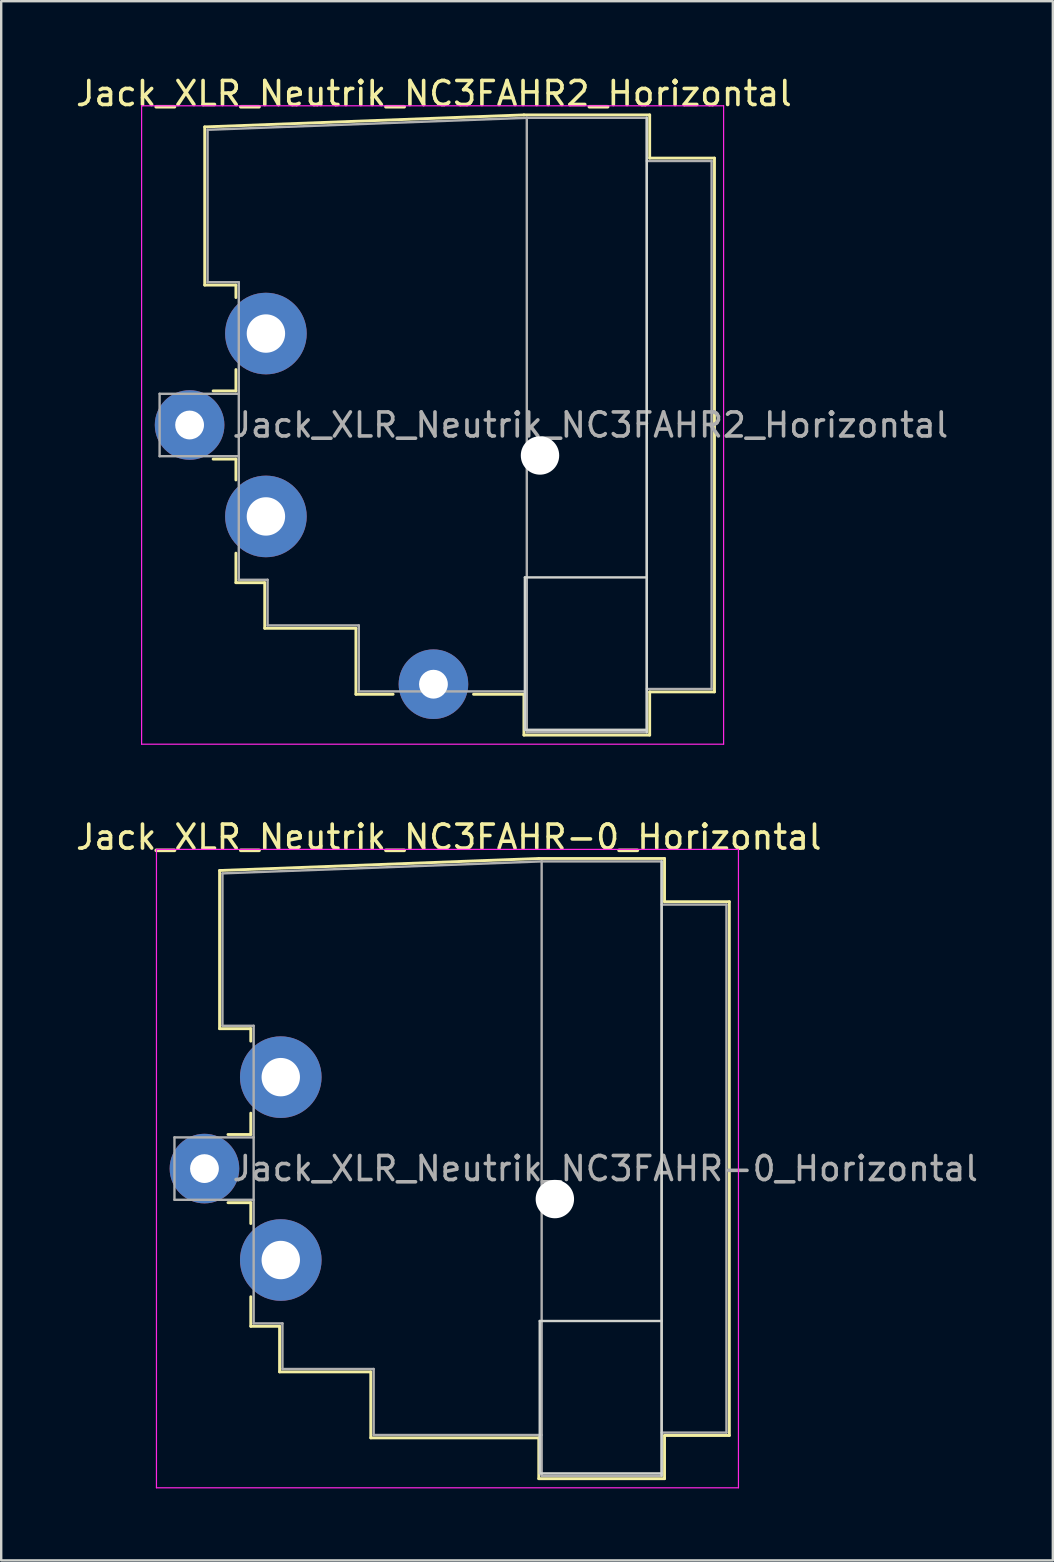
<source format=kicad_pcb>
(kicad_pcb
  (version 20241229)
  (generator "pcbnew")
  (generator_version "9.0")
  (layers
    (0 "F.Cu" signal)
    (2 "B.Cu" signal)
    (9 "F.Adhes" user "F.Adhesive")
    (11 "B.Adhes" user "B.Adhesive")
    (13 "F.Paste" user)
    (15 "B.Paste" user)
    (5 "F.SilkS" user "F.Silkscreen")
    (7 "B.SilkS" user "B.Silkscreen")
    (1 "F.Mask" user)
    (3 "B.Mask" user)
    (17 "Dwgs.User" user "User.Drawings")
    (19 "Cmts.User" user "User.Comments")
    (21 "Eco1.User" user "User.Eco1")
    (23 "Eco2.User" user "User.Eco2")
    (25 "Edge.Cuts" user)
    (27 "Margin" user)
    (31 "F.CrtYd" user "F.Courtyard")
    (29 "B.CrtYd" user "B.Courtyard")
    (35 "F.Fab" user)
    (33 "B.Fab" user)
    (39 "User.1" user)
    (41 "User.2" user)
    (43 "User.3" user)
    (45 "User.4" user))
  (footprint "Jack_XLR_Neutrik_NC3FAHR2_Horizontal"
    (layer "F.Cu")
    (at 8.03 10.848)
    (property "Reference" "Jack_XLR_Neutrik_NC3FAHR2_Horizontal" (at 7 -10 0) (layer "F.SilkS") (effects (font (size 1 1) (thickness 0.15))))
    (attr through_hole)
    (fp_line (start -2.55 -8.61) (end -2.55 -2.02) (stroke (width 0.12) (type solid)) (layer "F.SilkS"))
    (fp_line (start -2.55 -2.02) (end -1.25 -2.02) (stroke (width 0.12) (type solid)) (layer "F.SilkS"))
    (fp_line (start -1.25 -2.02) (end -1.25 -1.5) (stroke (width 0.12) (type solid)) (layer "F.SilkS"))
    (fp_line (start -1.25 1.5) (end -1.25 2.39) (stroke (width 0.12) (type solid)) (layer "F.SilkS"))
    (fp_line (start -1.25 2.39) (end -2.2 2.39) (stroke (width 0.12) (type solid)) (layer "F.SilkS"))
    (fp_line (start -1.25 5.23) (end -2.2 5.23) (stroke (width 0.12) (type solid)) (layer "F.SilkS"))
    (fp_line (start -1.25 5.23) (end -1.25 6.1) (stroke (width 0.12) (type solid)) (layer "F.SilkS"))
    (fp_line (start -1.25 9.15) (end -1.25 10.38) (stroke (width 0.12) (type solid)) (layer "F.SilkS"))
    (fp_line (start -0.05 10.38) (end -1.25 10.38) (stroke (width 0.12) (type solid)) (layer "F.SilkS"))
    (fp_line (start -0.05 10.38) (end -0.05 12.28) (stroke (width 0.12) (type solid)) (layer "F.SilkS"))
    (fp_line (start 3.75 12.28) (end -0.05 12.28) (stroke (width 0.12) (type solid)) (layer "F.SilkS"))
    (fp_line (start 3.75 12.28) (end 3.75 15.03) (stroke (width 0.12) (type solid)) (layer "F.SilkS"))
    (fp_line (start 5.3 15.03) (end 3.75 15.03) (stroke (width 0.12) (type solid)) (layer "F.SilkS"))
    (fp_line (start 10.75 -9.11) (end -2.55 -8.61) (stroke (width 0.12) (type solid)) (layer "F.SilkS"))
    (fp_line (start 10.75 15.03) (end 8.65 15.03) (stroke (width 0.12) (type solid)) (layer "F.SilkS"))
    (fp_line (start 10.75 16.73) (end 10.75 15.03) (stroke (width 0.12) (type solid)) (layer "F.SilkS"))
    (fp_line (start 15.99 -9.11) (end 10.75 -9.11) (stroke (width 0.12) (type solid)) (layer "F.SilkS"))
    (fp_line (start 15.99 -9.11) (end 15.99 -7.31) (stroke (width 0.12) (type solid)) (layer "F.SilkS"))
    (fp_line (start 15.99 -7.31) (end 18.69 -7.31) (stroke (width 0.12) (type solid)) (layer "F.SilkS"))
    (fp_line (start 15.99 14.93) (end 15.99 16.73) (stroke (width 0.12) (type solid)) (layer "F.SilkS"))
    (fp_line (start 15.99 14.93) (end 18.69 14.93) (stroke (width 0.12) (type solid)) (layer "F.SilkS"))
    (fp_line (start 15.99 16.73) (end 10.75 16.73) (stroke (width 0.12) (type solid)) (layer "F.SilkS"))
    (fp_line (start 18.69 -7.31) (end 18.69 14.93) (stroke (width 0.12) (type solid)) (layer "F.SilkS"))
    (fp_line (start 10.79 10.16) (end 10.79 16.51) (stroke (width 0.1) (type solid)) (layer "Edge.Cuts"))
    (fp_line (start 10.79 16.51) (end 15.87 16.51) (stroke (width 0.1) (type solid)) (layer "Edge.Cuts"))
    (fp_line (start 15.87 -8.99) (end 15.87 16.61) (stroke (width 0.1) (type solid)) (layer "Edge.Cuts"))
    (fp_line (start 15.87 10.16) (end 10.79 10.16) (stroke (width 0.1) (type solid)) (layer "Edge.Cuts"))
    (fp_line (start -5.18 -9.49) (end -5.18 17.11) (stroke (width 0.05) (type solid)) (layer "F.CrtYd"))
    (fp_line (start 19.07 -9.49) (end -5.18 -9.49) (stroke (width 0.05) (type solid)) (layer "F.CrtYd"))
    (fp_line (start 19.07 -9.49) (end 19.07 17.11) (stroke (width 0.05) (type solid)) (layer "F.CrtYd"))
    (fp_line (start 19.07 17.11) (end -5.18 17.11) (stroke (width 0.05) (type solid)) (layer "F.CrtYd"))
    (fp_line (start -4.43 2.51) (end -4.43 5.11) (stroke (width 0.1) (type solid)) (layer "F.Fab"))
    (fp_line (start -4.43 2.51) (end -1.13 2.51) (stroke (width 0.1) (type solid)) (layer "F.Fab"))
    (fp_line (start -4.43 5.11) (end -1.13 5.11) (stroke (width 0.1) (type solid)) (layer "F.Fab"))
    (fp_line (start -2.43 -8.49) (end -2.43 -2.14) (stroke (width 0.1) (type solid)) (layer "F.Fab"))
    (fp_line (start -2.43 -8.49) (end 10.87 -8.99) (stroke (width 0.1) (type solid)) (layer "F.Fab"))
    (fp_line (start -1.13 -2.14) (end -2.43 -2.14) (stroke (width 0.1) (type solid)) (layer "F.Fab"))
    (fp_line (start -1.13 -2.14) (end -1.13 10.26) (stroke (width 0.1) (type solid)) (layer "F.Fab"))
    (fp_line (start -1.13 10.26) (end 0.07 10.26) (stroke (width 0.1) (type solid)) (layer "F.Fab"))
    (fp_line (start 0.07 10.26) (end 0.07 12.16) (stroke (width 0.1) (type solid)) (layer "F.Fab"))
    (fp_line (start 0.07 12.16) (end 3.87 12.16) (stroke (width 0.1) (type solid)) (layer "F.Fab"))
    (fp_line (start 3.87 12.16) (end 3.87 14.91) (stroke (width 0.1) (type solid)) (layer "F.Fab"))
    (fp_line (start 3.87 14.91) (end 10.87 14.91) (stroke (width 0.1) (type solid)) (layer "F.Fab"))
    (fp_line (start 10.87 -8.99) (end 15.87 -8.99) (stroke (width 0.1) (type solid)) (layer "F.Fab"))
    (fp_line (start 10.87 16.61) (end 10.87 -8.99) (stroke (width 0.1) (type solid)) (layer "F.Fab"))
    (fp_line (start 15.87 -8.99) (end 15.87 16.61) (stroke (width 0.1) (type solid)) (layer "F.Fab"))
    (fp_line (start 15.87 -7.19) (end 18.57 -7.19) (stroke (width 0.1) (type solid)) (layer "F.Fab"))
    (fp_line (start 15.87 16.61) (end 10.87 16.61) (stroke (width 0.1) (type solid)) (layer "F.Fab"))
    (fp_line (start 18.57 -7.19) (end 18.57 14.81) (stroke (width 0.1) (type solid)) (layer "F.Fab"))
    (fp_line (start 18.57 14.81) (end 15.87 14.81) (stroke (width 0.1) (type solid)) (layer "F.Fab"))
    (fp_text user "${REFERENCE}" (at 13.52 3.81 0) (layer "F.Fab") (effects (font (size 1 1) (thickness 0.15))))
    (pad "" np_thru_hole circle (at 11.42 5.08) (size 1.6 1.6) (drill 1.6) (layers "*.Cu" "*.Mask"))
    (pad "1" thru_hole circle (at 0 0) (size 3.4 3.4) (drill 1.6) (layers "*.Cu" "*.Mask"))
    (pad "2" thru_hole circle (at -3.18 3.81) (size 2.9 2.9) (drill 1.2) (layers "*.Cu" "*.Mask"))
    (pad "3" thru_hole circle (at 0 7.62) (size 3.4 3.4) (drill 1.6) (layers "*.Cu" "*.Mask"))
    (pad "G" thru_hole circle (at 6.98 14.61) (size 2.9 2.9) (drill 1.2) (layers "*.Cu" "*.Mask")))
  (footprint "Jack_XLR_Neutrik_NC3FAHR-0_Horizontal"
    (layer "F.Cu")
    (at 8.649 41.831)
    (property "Reference" "Jack_XLR_Neutrik_NC3FAHR-0_Horizontal" (at 7 -10 0) (layer "F.SilkS") (effects (font (size 1 1) (thickness 0.15))))
    (attr through_hole)
    (fp_line (start -2.55 -8.61) (end -2.55 -2.02) (stroke (width 0.12) (type solid)) (layer "F.SilkS"))
    (fp_line (start -2.55 -2.02) (end -1.25 -2.02) (stroke (width 0.12) (type solid)) (layer "F.SilkS"))
    (fp_line (start -1.25 -2.02) (end -1.25 -1.5) (stroke (width 0.12) (type solid)) (layer "F.SilkS"))
    (fp_line (start -1.25 1.5) (end -1.25 2.39) (stroke (width 0.12) (type solid)) (layer "F.SilkS"))
    (fp_line (start -1.25 2.39) (end -2.2 2.39) (stroke (width 0.12) (type solid)) (layer "F.SilkS"))
    (fp_line (start -1.25 5.23) (end -2.2 5.23) (stroke (width 0.12) (type solid)) (layer "F.SilkS"))
    (fp_line (start -1.25 5.23) (end -1.25 6.1) (stroke (width 0.12) (type solid)) (layer "F.SilkS"))
    (fp_line (start -1.25 9.15) (end -1.25 10.38) (stroke (width 0.12) (type solid)) (layer "F.SilkS"))
    (fp_line (start -0.05 10.38) (end -1.25 10.38) (stroke (width 0.12) (type solid)) (layer "F.SilkS"))
    (fp_line (start -0.05 10.38) (end -0.05 12.28) (stroke (width 0.12) (type solid)) (layer "F.SilkS"))
    (fp_line (start 3.75 12.28) (end -0.05 12.28) (stroke (width 0.12) (type solid)) (layer "F.SilkS"))
    (fp_line (start 3.75 12.28) (end 3.75 15.03) (stroke (width 0.12) (type solid)) (layer "F.SilkS"))
    (fp_line (start 10.75 -9.11) (end -2.55 -8.61) (stroke (width 0.12) (type solid)) (layer "F.SilkS"))
    (fp_line (start 10.75 15.03) (end 3.75 15.03) (stroke (width 0.12) (type solid)) (layer "F.SilkS"))
    (fp_line (start 10.75 16.73) (end 10.75 15.03) (stroke (width 0.12) (type solid)) (layer "F.SilkS"))
    (fp_line (start 15.99 -9.11) (end 10.75 -9.11) (stroke (width 0.12) (type solid)) (layer "F.SilkS"))
    (fp_line (start 15.99 -9.11) (end 15.99 -7.31) (stroke (width 0.12) (type solid)) (layer "F.SilkS"))
    (fp_line (start 15.99 -7.31) (end 18.69 -7.31) (stroke (width 0.12) (type solid)) (layer "F.SilkS"))
    (fp_line (start 15.99 14.93) (end 15.99 16.73) (stroke (width 0.12) (type solid)) (layer "F.SilkS"))
    (fp_line (start 15.99 14.93) (end 18.69 14.93) (stroke (width 0.12) (type solid)) (layer "F.SilkS"))
    (fp_line (start 15.99 16.73) (end 10.75 16.73) (stroke (width 0.12) (type solid)) (layer "F.SilkS"))
    (fp_line (start 18.69 -7.31) (end 18.69 14.93) (stroke (width 0.12) (type solid)) (layer "F.SilkS"))
    (fp_line (start 10.79 10.16) (end 10.79 16.51) (stroke (width 0.1) (type solid)) (layer "Edge.Cuts"))
    (fp_line (start 10.79 16.51) (end 15.87 16.51) (stroke (width 0.1) (type solid)) (layer "Edge.Cuts"))
    (fp_line (start 15.87 -8.99) (end 15.87 16.61) (stroke (width 0.1) (type solid)) (layer "Edge.Cuts"))
    (fp_line (start 15.87 10.16) (end 10.79 10.16) (stroke (width 0.1) (type solid)) (layer "Edge.Cuts"))
    (fp_line (start -5.18 -9.49) (end -5.18 17.11) (stroke (width 0.05) (type solid)) (layer "F.CrtYd"))
    (fp_line (start 19.07 -9.49) (end -5.18 -9.49) (stroke (width 0.05) (type solid)) (layer "F.CrtYd"))
    (fp_line (start 19.07 -9.49) (end 19.07 17.11) (stroke (width 0.05) (type solid)) (layer "F.CrtYd"))
    (fp_line (start 19.07 17.11) (end -5.18 17.11) (stroke (width 0.05) (type solid)) (layer "F.CrtYd"))
    (fp_line (start -4.43 2.51) (end -4.43 5.11) (stroke (width 0.1) (type solid)) (layer "F.Fab"))
    (fp_line (start -4.43 2.51) (end -1.13 2.51) (stroke (width 0.1) (type solid)) (layer "F.Fab"))
    (fp_line (start -4.43 5.11) (end -1.13 5.11) (stroke (width 0.1) (type solid)) (layer "F.Fab"))
    (fp_line (start -2.43 -8.49) (end -2.43 -2.14) (stroke (width 0.1) (type solid)) (layer "F.Fab"))
    (fp_line (start -2.43 -8.49) (end 10.87 -8.99) (stroke (width 0.1) (type solid)) (layer "F.Fab"))
    (fp_line (start -1.13 -2.14) (end -2.43 -2.14) (stroke (width 0.1) (type solid)) (layer "F.Fab"))
    (fp_line (start -1.13 -2.14) (end -1.13 10.26) (stroke (width 0.1) (type solid)) (layer "F.Fab"))
    (fp_line (start -1.13 10.26) (end 0.07 10.26) (stroke (width 0.1) (type solid)) (layer "F.Fab"))
    (fp_line (start 0.07 10.26) (end 0.07 12.16) (stroke (width 0.1) (type solid)) (layer "F.Fab"))
    (fp_line (start 0.07 12.16) (end 3.87 12.16) (stroke (width 0.1) (type solid)) (layer "F.Fab"))
    (fp_line (start 3.87 12.16) (end 3.87 14.91) (stroke (width 0.1) (type solid)) (layer "F.Fab"))
    (fp_line (start 3.87 14.91) (end 10.87 14.91) (stroke (width 0.1) (type solid)) (layer "F.Fab"))
    (fp_line (start 10.87 -8.99) (end 15.87 -8.99) (stroke (width 0.1) (type solid)) (layer "F.Fab"))
    (fp_line (start 10.87 16.61) (end 10.87 -8.99) (stroke (width 0.1) (type solid)) (layer "F.Fab"))
    (fp_line (start 15.87 -8.99) (end 15.87 16.61) (stroke (width 0.1) (type solid)) (layer "F.Fab"))
    (fp_line (start 15.87 -7.19) (end 18.57 -7.19) (stroke (width 0.1) (type solid)) (layer "F.Fab"))
    (fp_line (start 15.87 16.61) (end 10.87 16.61) (stroke (width 0.1) (type solid)) (layer "F.Fab"))
    (fp_line (start 18.57 -7.19) (end 18.57 14.81) (stroke (width 0.1) (type solid)) (layer "F.Fab"))
    (fp_line (start 18.57 14.81) (end 15.87 14.81) (stroke (width 0.1) (type solid)) (layer "F.Fab"))
    (fp_text user "${REFERENCE}" (at 13.52 3.81 0) (layer "F.Fab") (effects (font (size 1 1) (thickness 0.15))))
    (pad "" np_thru_hole circle (at 11.42 5.08) (size 1.6 1.6) (drill 1.6) (layers "*.Cu" "*.Mask"))
    (pad "1" thru_hole circle (at 0 0) (size 3.4 3.4) (drill 1.6) (layers "*.Cu" "*.Mask"))
    (pad "2" thru_hole circle (at -3.18 3.81) (size 2.9 2.9) (drill 1.2) (layers "*.Cu" "*.Mask"))
    (pad "3" thru_hole circle (at 0 7.62) (size 3.4 3.4) (drill 1.6) (layers "*.Cu" "*.Mask")))
  (gr_rect
    (start -3 -3)
    (end 40.818 61.967)
    (stroke (width 0.1) (type default))
    (fill no)
    (layer "Edge.Cuts")))
</source>
